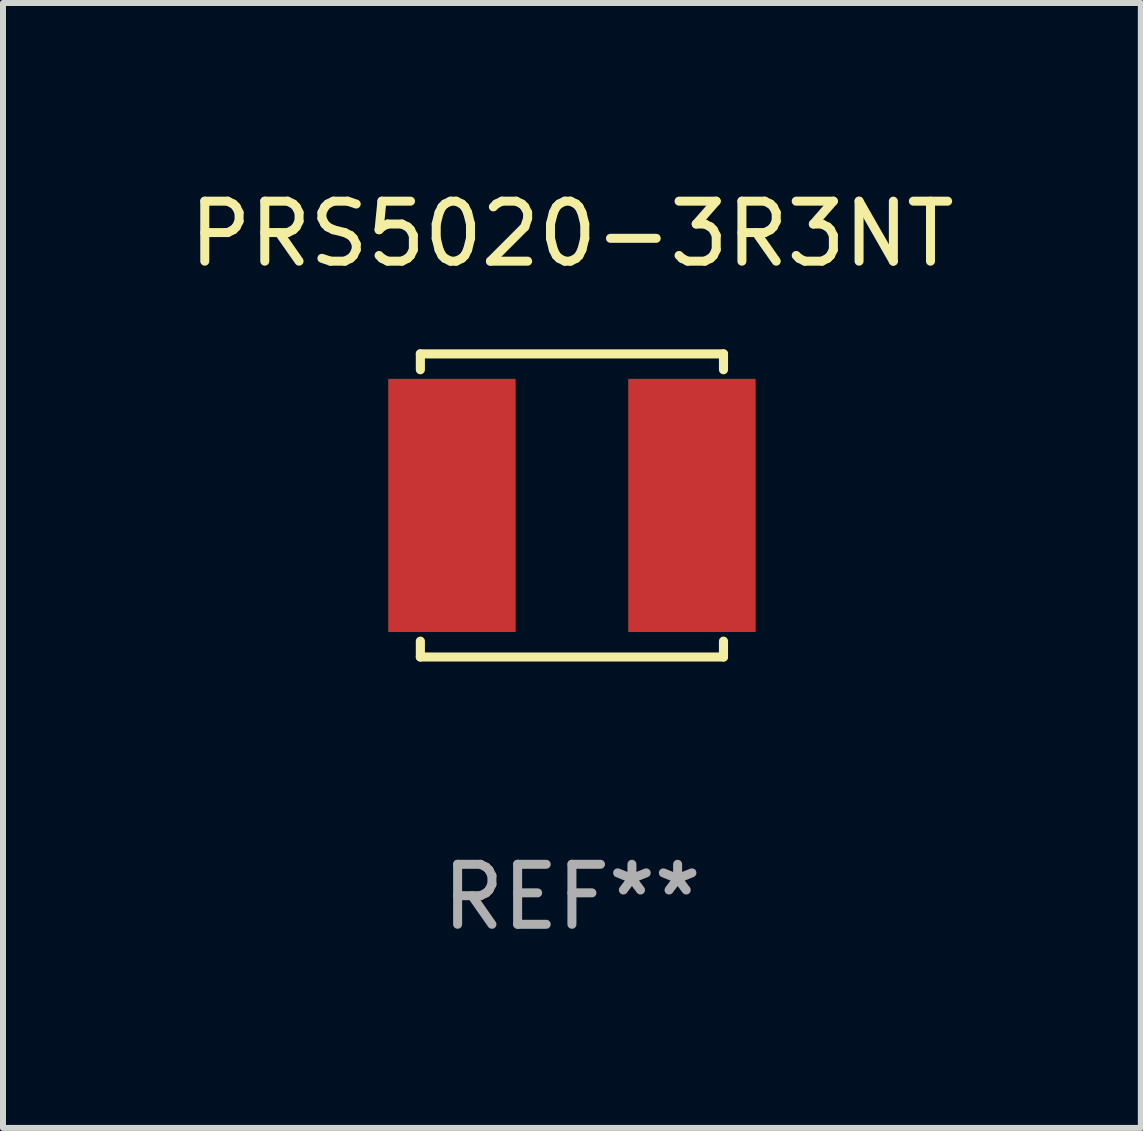
<source format=kicad_pcb>
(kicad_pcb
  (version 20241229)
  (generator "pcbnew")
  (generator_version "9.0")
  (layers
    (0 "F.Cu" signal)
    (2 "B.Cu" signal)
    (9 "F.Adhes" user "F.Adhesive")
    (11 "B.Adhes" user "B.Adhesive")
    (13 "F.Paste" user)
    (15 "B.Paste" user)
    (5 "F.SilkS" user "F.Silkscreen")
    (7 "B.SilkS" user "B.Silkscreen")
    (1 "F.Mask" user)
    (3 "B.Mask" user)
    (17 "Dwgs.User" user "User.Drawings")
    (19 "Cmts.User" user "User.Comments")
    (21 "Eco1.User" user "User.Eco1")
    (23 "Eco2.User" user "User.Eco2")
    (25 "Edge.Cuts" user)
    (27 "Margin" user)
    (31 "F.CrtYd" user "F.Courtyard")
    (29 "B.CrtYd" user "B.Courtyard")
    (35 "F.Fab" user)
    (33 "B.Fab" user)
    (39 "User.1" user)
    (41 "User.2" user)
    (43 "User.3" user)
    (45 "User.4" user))
  (footprint "PRS5020-3R3NT"
    (layer "F.Cu")
    (at 6.482 5.374)
    (property "Reference" "PRS5020-3R3NT" (at 0 -4.526 0) (layer "F.SilkS") (effects (font (size 1 1) (thickness 0.15))))
    (attr through_hole)
    (fp_line (start -2.526 -2.526) (end 2.526 -2.526) (stroke (width 0.152) (type solid)) (layer "F.SilkS"))
    (fp_line (start -2.526 -2.262) (end -2.526 -2.526) (stroke (width 0.152) (type solid)) (layer "F.SilkS"))
    (fp_line (start -2.526 2.262) (end -2.526 2.526) (stroke (width 0.152) (type solid)) (layer "F.SilkS"))
    (fp_line (start -2.526 2.526) (end 2.526 2.526) (stroke (width 0.152) (type solid)) (layer "F.SilkS"))
    (fp_line (start 2.526 -2.526) (end 2.526 -2.262) (stroke (width 0.152) (type solid)) (layer "F.SilkS"))
    (fp_line (start 2.526 2.526) (end 2.526 2.262) (stroke (width 0.152) (type solid)) (layer "F.SilkS"))
    (fp_circle (center 2.5 -2.5) (end 2.53 -2.5) (stroke (width 0.06) (type solid)) (fill no) (layer "F.SilkS"))
    (fp_text user "REF**" (at 0 6.526 0) (layer "F.Fab") (effects (font (size 1 1) (thickness 0.15))))
    (pad "1" smd rect (at 2 0) (size 2.124 4.22) (layers "F.Cu" "F.Mask" "F.Paste"))
    (pad "2" smd rect (at -2 0) (size 2.124 4.22) (layers "F.Cu" "F.Mask" "F.Paste")))
  (gr_rect
    (start -3 -3)
    (end 15.964 15.749)
    (stroke (width 0.1) (type default))
    (fill no)
    (layer "Edge.Cuts")))
</source>
